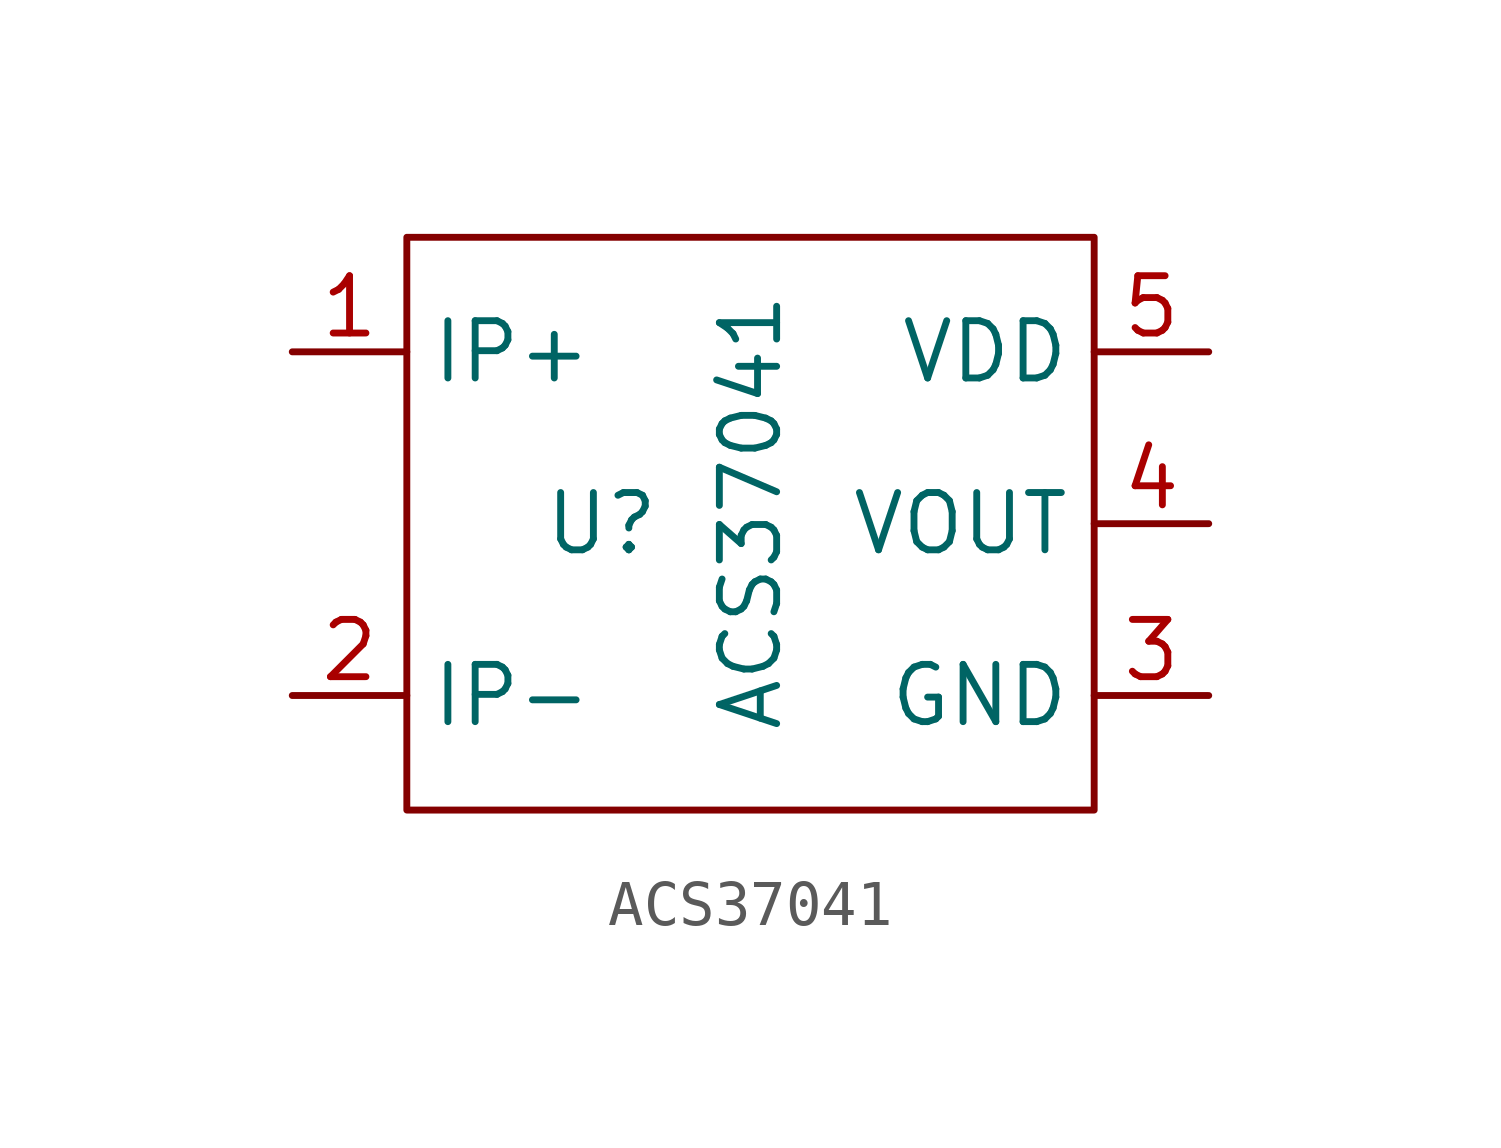
<source format=kicad_sym>
(kicad_symbol_lib
  (version 20241209)
  (generator "kicad_symbol_editor")
  (generator_version "9.0")
  (symbol "ACS37041"
    (property "Reference" "U"
      (at -3.302 0 0)
      (effects (font (size 1.27 1.27))))
    (property "Value" "ACS37041"
      (at 0 0.254 90)
      (effects (font (size 1.27 1.27))))
    (symbol "ACS37041_0_1"
      (rectangle (start -7.62 6.35) (end 7.62 -6.35) (stroke (width 0) (type default)) (fill (type none))))
    (symbol "ACS37041_1_1"
      (pin input line (at -10.16 3.81 0) (length 2.54) (name "IP+" (effects (font (size 1.27 1.27)))) (number "1" (effects (font (size 1.27 1.27)))))
      (pin output line (at -10.16 -3.81 0) (length 2.54) (name "IP-" (effects (font (size 1.27 1.27)))) (number "2" (effects (font (size 1.27 1.27)))))
      (pin power_in line (at 10.16 3.81 180) (length 2.54) (name "VDD" (effects (font (size 1.27 1.27)))) (number "5" (effects (font (size 1.27 1.27)))))
      (pin output line (at 10.16 0 180) (length 2.54) (name "VOUT" (effects (font (size 1.27 1.27)))) (number "4" (effects (font (size 1.27 1.27)))))
      (pin power_in line (at 10.16 -3.81 180) (length 2.54) (name "GND" (effects (font (size 1.27 1.27)))) (number "3" (effects (font (size 1.27 1.27))))))))
</source>
